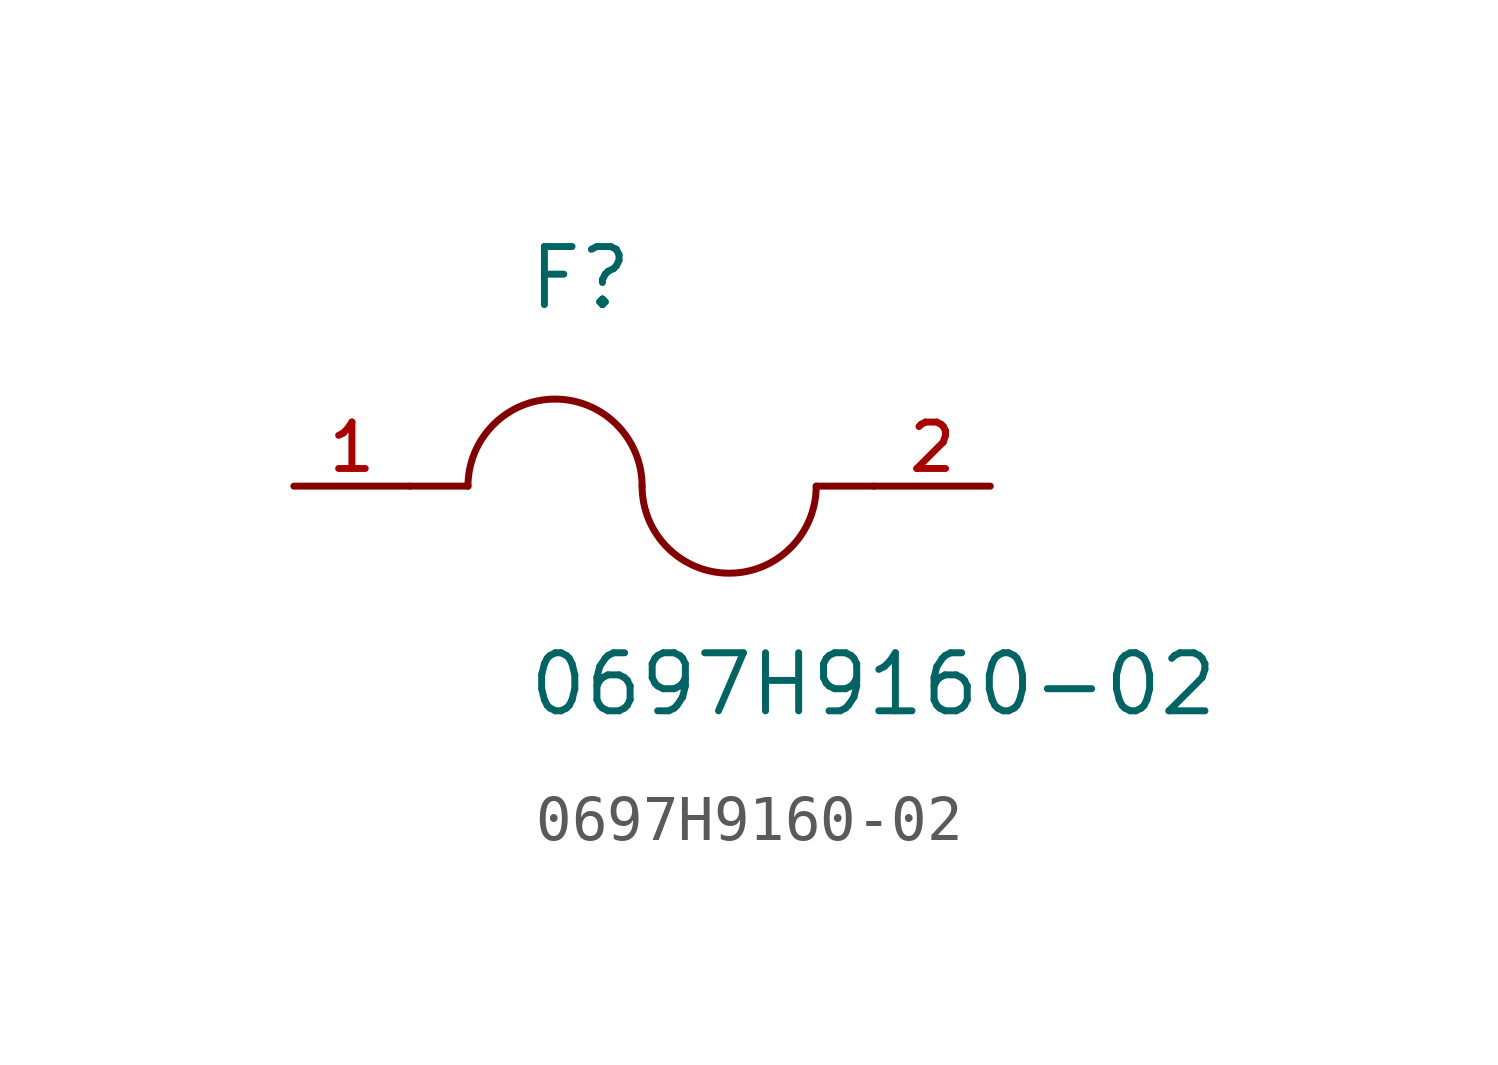
<source format=kicad_sym>
(kicad_symbol_lib
  (version 20211014)
  (generator kicad_symbol_editor)
  (symbol "0697H9160-02"
    (pin_names
      (offset 1.016))
    (property "Reference" "F"
      (at -2.54 3.81 0)
      (effects (font (size 1.27 1.27)) (justify bottom left)))
    (property "Value" "0697H9160-02"
      (at -2.54 -5.08 0)
      (effects (font (size 1.27 1.27)) (justify bottom left)))
    (symbol "0697H9160-02_0_0"
      (arc (start 0.0 0.0) (mid -1.905 1.905) (end -3.81 0.0) (stroke (width 0.1524) (type default) (color 0 0 0 0)) (fill (type none)))
      (arc (start 3.81 0.0) (mid 1.905 -1.905) (end 0.0 0.0) (stroke (width 0.1524) (type default) (color 0 0 0 0)) (fill (type none)))
      (polyline (pts (xy 5.08 0.0) (xy 3.81 0.0)) (stroke (width 0.152)))
      (polyline (pts (xy -5.08 0.0) (xy -3.81 0.0)) (stroke (width 0.152)))
      (pin passive line (at 7.62 0.0 180.0) (length 2.54) (name "~" (effects (font (size 1.016 1.016)))) (number "2" (effects (font (size 1.016 1.016)))))
      (pin passive line (at -7.62 0.0 0) (length 2.54) (name "~" (effects (font (size 1.016 1.016)))) (number "1" (effects (font (size 1.016 1.016))))))))
</source>
